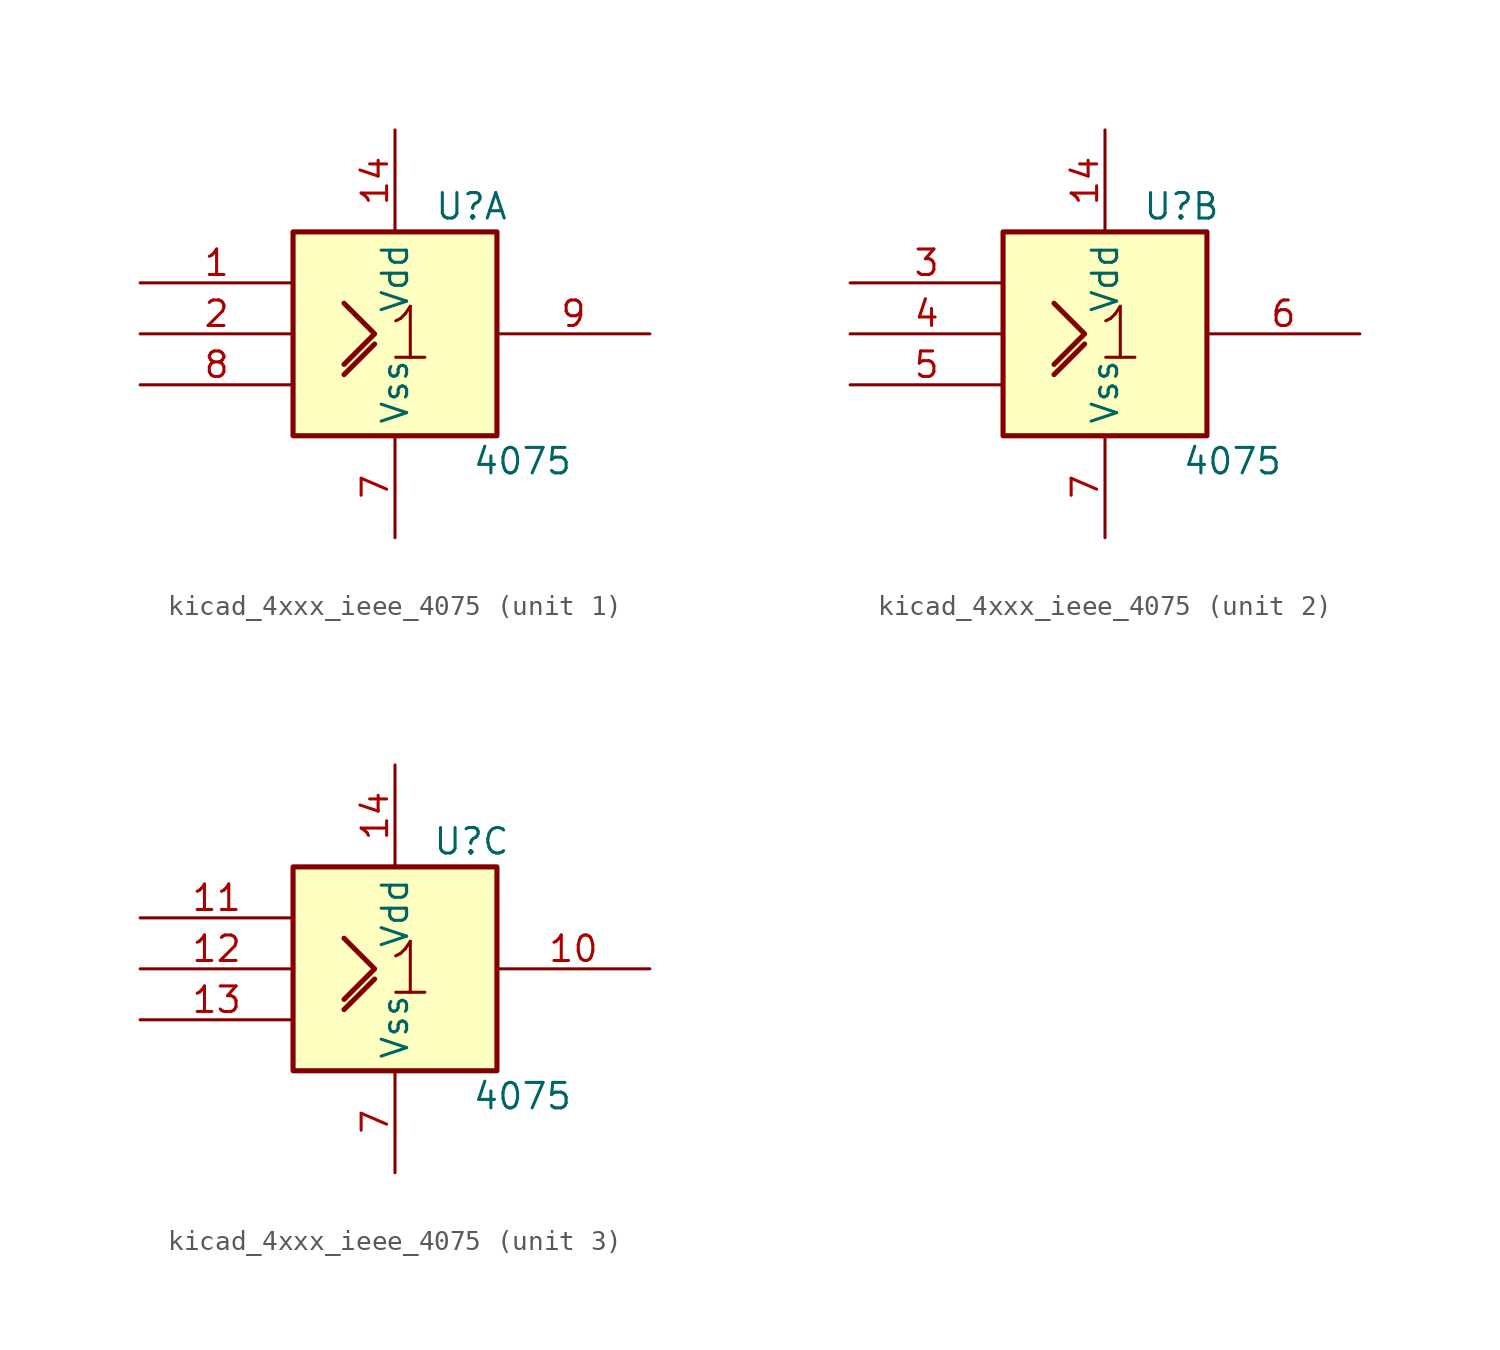
<source format=kicad_sym>
(kicad_symbol_lib
  (version 20220914)
  (generator kicad_symbol_editor)
  (symbol "kicad_4xxx_ieee_4075"
    (property "Reference" "U"
      (at 3.81 6.35 0)
      (effects (font (size 1.27 1.27))))
    (property "Value" "4075"
      (at 6.35 -6.35 0)
      (effects (font (size 1.27 1.27))))
    (symbol "kicad_4xxx_ieee_4075_0_0"
      (rectangle (start -5.08 5.08) (end 5.08 -5.08) (stroke (width 0.254) (type default)) (fill (type background)))
      (polyline (pts (xy -2.54 -2.032) (xy -1.016 -0.508) (xy -1.016 -0.508)) (stroke (width 0.254) (type default)) (fill (type background)))
      (polyline (pts (xy -2.54 1.524) (xy -1.016 0) (xy -2.54 -1.524) (xy -2.54 -1.524)) (stroke (width 0.254) (type default)) (fill (type background)))
      (text "1" (at 0.762 0 0) (effects (font (size 2.54 2.54))))
      (pin power_in line (at 0 10.16 270) (length 5.08) (name "Vdd" (effects (font (size 1.27 1.27)))) (number "14" (effects (font (size 1.27 1.27)))))
      (pin power_in line (at 0 -10.16 90) (length 5.08) (name "Vss" (effects (font (size 1.27 1.27)))) (number "7" (effects (font (size 1.27 1.27))))))
    (symbol "kicad_4xxx_ieee_4075_1_1"
      (pin input line (at -12.7 2.54 0) (length 7.62) (name "~" (effects (font (size 1.27 1.27)))) (number "1" (effects (font (size 1.27 1.27)))))
      (pin input line (at -12.7 0 0) (length 7.62) (name "~" (effects (font (size 1.27 1.27)))) (number "2" (effects (font (size 1.27 1.27)))))
      (pin input line (at -12.7 -2.54 0) (length 7.62) (name "~" (effects (font (size 1.27 1.27)))) (number "8" (effects (font (size 1.27 1.27)))))
      (pin output line (at 12.7 0 180) (length 7.62) (name "~" (effects (font (size 1.27 1.27)))) (number "9" (effects (font (size 1.27 1.27))))))
    (symbol "kicad_4xxx_ieee_4075_2_1"
      (pin input line (at -12.7 2.54 0) (length 7.62) (name "~" (effects (font (size 1.27 1.27)))) (number "3" (effects (font (size 1.27 1.27)))))
      (pin input line (at -12.7 0 0) (length 7.62) (name "~" (effects (font (size 1.27 1.27)))) (number "4" (effects (font (size 1.27 1.27)))))
      (pin input line (at -12.7 -2.54 0) (length 7.62) (name "~" (effects (font (size 1.27 1.27)))) (number "5" (effects (font (size 1.27 1.27)))))
      (pin output line (at 12.7 0 180) (length 7.62) (name "~" (effects (font (size 1.27 1.27)))) (number "6" (effects (font (size 1.27 1.27))))))
    (symbol "kicad_4xxx_ieee_4075_3_1"
      (pin output line (at 12.7 0 180) (length 7.62) (name "~" (effects (font (size 1.27 1.27)))) (number "10" (effects (font (size 1.27 1.27)))))
      (pin input line (at -12.7 2.54 0) (length 7.62) (name "~" (effects (font (size 1.27 1.27)))) (number "11" (effects (font (size 1.27 1.27)))))
      (pin input line (at -12.7 0 0) (length 7.62) (name "~" (effects (font (size 1.27 1.27)))) (number "12" (effects (font (size 1.27 1.27)))))
      (pin input line (at -12.7 -2.54 0) (length 7.62) (name "~" (effects (font (size 1.27 1.27)))) (number "13" (effects (font (size 1.27 1.27))))))))
</source>
